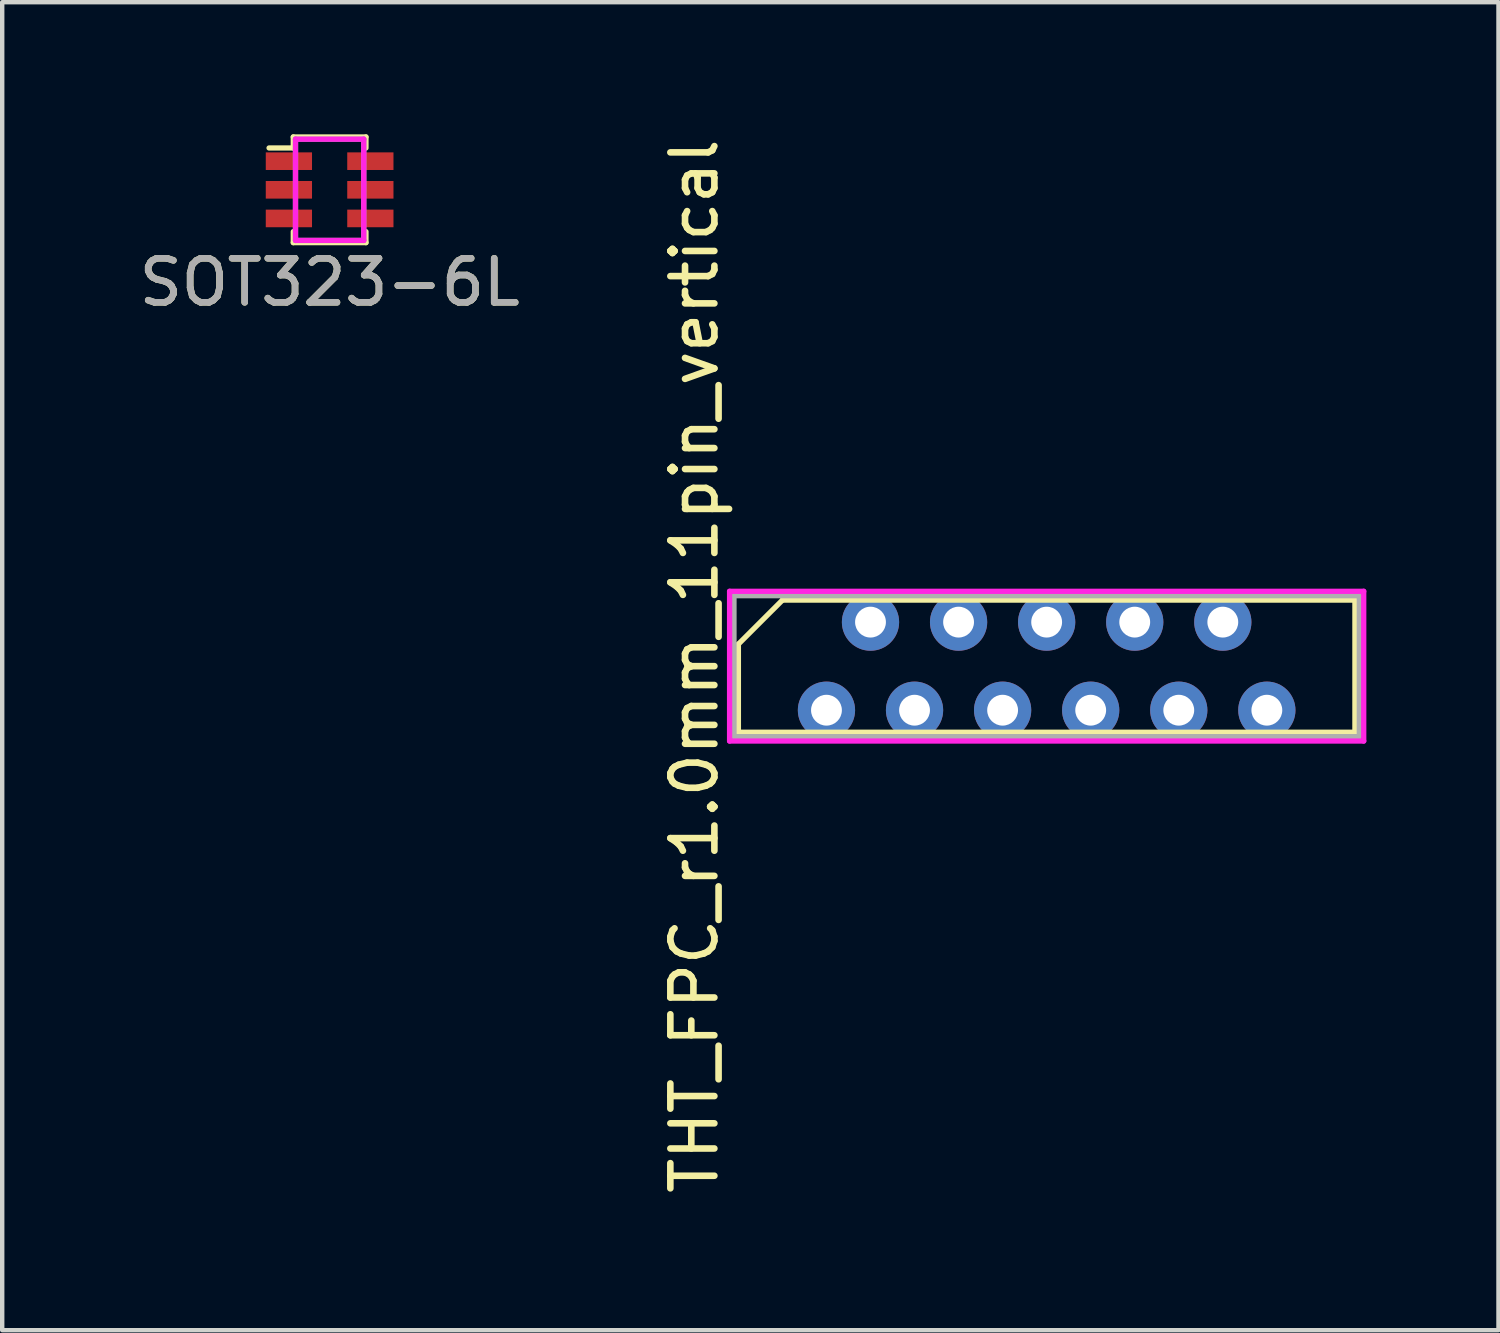
<source format=kicad_pcb>
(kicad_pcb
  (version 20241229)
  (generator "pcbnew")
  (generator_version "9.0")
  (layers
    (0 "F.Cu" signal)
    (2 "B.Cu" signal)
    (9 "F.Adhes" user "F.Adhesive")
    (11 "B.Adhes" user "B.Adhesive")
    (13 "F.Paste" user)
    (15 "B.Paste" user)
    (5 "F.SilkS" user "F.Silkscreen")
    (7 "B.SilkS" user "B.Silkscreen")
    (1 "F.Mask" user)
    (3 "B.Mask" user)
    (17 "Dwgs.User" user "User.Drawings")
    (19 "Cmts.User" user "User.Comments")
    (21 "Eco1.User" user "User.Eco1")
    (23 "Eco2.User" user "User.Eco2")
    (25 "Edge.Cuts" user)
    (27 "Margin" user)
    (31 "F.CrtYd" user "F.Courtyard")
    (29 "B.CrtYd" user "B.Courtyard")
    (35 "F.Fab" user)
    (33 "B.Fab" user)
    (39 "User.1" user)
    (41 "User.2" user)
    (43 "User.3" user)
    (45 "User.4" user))
  (footprint "SOT323-6L"
    (layer "F.Cu")
    (at 4.435 1.26)
    (property "Reference" "SOT323-6L" (at 0 2.1 0) (layer "F.SilkS") (effects (font (size 1 1) (thickness 0.15))))
    (attr smd)
    (fp_line (start -0.825 -1.2) (end -0.825 -0.95) (stroke (width 0.12) (type solid)) (layer "F.SilkS"))
    (fp_line (start -0.825 -1.2) (end 0.825 -1.2) (stroke (width 0.12) (type solid)) (layer "F.SilkS"))
    (fp_line (start -0.825 -0.95) (end -1.375 -0.95) (stroke (width 0.12) (type solid)) (layer "F.SilkS"))
    (fp_line (start -0.825 1.2) (end -0.825 0.95) (stroke (width 0.12) (type solid)) (layer "F.SilkS"))
    (fp_line (start 0.825 -1.2) (end 0.825 -0.95) (stroke (width 0.12) (type solid)) (layer "F.SilkS"))
    (fp_line (start 0.825 1.2) (end -0.825 1.2) (stroke (width 0.12) (type solid)) (layer "F.SilkS"))
    (fp_line (start 0.825 1.2) (end 0.825 0.95) (stroke (width 0.12) (type solid)) (layer "F.SilkS"))
    (fp_line (start -0.775 -1.15) (end 0.775 -1.15) (stroke (width 0.12) (type solid)) (layer "F.CrtYd"))
    (fp_line (start -0.775 1.15) (end -0.775 -1.15) (stroke (width 0.12) (type solid)) (layer "F.CrtYd"))
    (fp_line (start 0.775 -1.15) (end 0.775 1.15) (stroke (width 0.12) (type solid)) (layer "F.CrtYd"))
    (fp_line (start 0.775 1.15) (end -0.775 1.15) (stroke (width 0.12) (type solid)) (layer "F.CrtYd"))
    (fp_line (start -0.775 -1.15) (end 0.775 -1.15) (stroke (width 0.12) (type solid)) (layer "F.Fab"))
    (fp_line (start -0.775 1.15) (end -0.775 -1.15) (stroke (width 0.12) (type solid)) (layer "F.Fab"))
    (fp_line (start 0.775 -1.15) (end 0.775 1.15) (stroke (width 0.12) (type solid)) (layer "F.Fab"))
    (fp_line (start 0.775 1.15) (end -0.775 1.15) (stroke (width 0.12) (type solid)) (layer "F.Fab"))
    (fp_text user "${REFERENCE}" (at 0 2.1 0) (layer "F.Fab") (effects (font (size 1 1) (thickness 0.15))))
    (pad "1" smd rect (at -0.925 -0.65) (size 1.05 0.4) (layers "F.Cu" "F.Mask" "F.Paste"))
    (pad "2" smd rect (at -0.925 0) (size 1.05 0.4) (layers "F.Cu" "F.Mask" "F.Paste"))
    (pad "3" smd rect (at -0.925 0.65) (size 1.05 0.4) (layers "F.Cu" "F.Mask" "F.Paste"))
    (pad "4" smd rect (at 0.925 0.65) (size 1.05 0.4) (layers "F.Cu" "F.Mask" "F.Paste"))
    (pad "5" smd rect (at 0.925 0) (size 1.05 0.4) (layers "F.Cu" "F.Mask" "F.Paste"))
    (pad "6" smd rect (at 0.925 -0.65) (size 1.05 0.4) (layers "F.Cu" "F.Mask" "F.Paste")))
  (footprint "THT_FPC_r1.0mm_11pin_vertical"
    (layer "F.Cu")
    (at 15.717 13.077)
    (property "Reference" "THT_FPC_r1.0mm_11pin_vertical" (at -3 -1 270) (layer "F.SilkS") (effects (font (size 1 1) (thickness 0.15))))
    (attr through_hole)
    (fp_line (start -2 -1.5) (end -1 -2.5) (stroke (width 0.12) (type solid)) (layer "F.SilkS"))
    (fp_line (start -2 0.5) (end -2 -1.5) (stroke (width 0.12) (type solid)) (layer "F.SilkS"))
    (fp_line (start -1 -2.5) (end 12 -2.5) (stroke (width 0.12) (type solid)) (layer "F.SilkS"))
    (fp_line (start 12 -2.5) (end 12 0.5) (stroke (width 0.12) (type solid)) (layer "F.SilkS"))
    (fp_line (start 12 0.5) (end -2 0.5) (stroke (width 0.12) (type solid)) (layer "F.SilkS"))
    (fp_line (start -2.2 -2.7) (end 12.2 -2.7) (stroke (width 0.12) (type solid)) (layer "F.CrtYd"))
    (fp_line (start -2.2 0.7) (end -2.2 -2.7) (stroke (width 0.12) (type solid)) (layer "F.CrtYd"))
    (fp_line (start 12.2 -2.7) (end 12.2 0.7) (stroke (width 0.12) (type solid)) (layer "F.CrtYd"))
    (fp_line (start 12.2 0.7) (end -2.2 0.7) (stroke (width 0.12) (type solid)) (layer "F.CrtYd"))
    (fp_line (start -2.1 -2.6) (end -2.1 0.6) (stroke (width 0.12) (type solid)) (layer "F.Fab"))
    (fp_line (start -2.1 0.6) (end 12.1 0.6) (stroke (width 0.12) (type solid)) (layer "F.Fab"))
    (fp_line (start 12.1 -2.6) (end -2.1 -2.6) (stroke (width 0.12) (type solid)) (layer "F.Fab"))
    (fp_line (start 12.1 0.6) (end 12.1 -2.6) (stroke (width 0.12) (type solid)) (layer "F.Fab"))
    (pad "1" thru_hole circle (at 0 0) (size 1.3 1.3) (drill 0.7) (layers "*.Cu" "*.Mask"))
    (pad "2" thru_hole circle (at 1 -2) (size 1.3 1.3) (drill 0.7) (layers "*.Cu" "*.Mask"))
    (pad "3" thru_hole circle (at 2 0) (size 1.3 1.3) (drill 0.7) (layers "*.Cu" "*.Mask"))
    (pad "4" thru_hole circle (at 3 -2) (size 1.3 1.3) (drill 0.7) (layers "*.Cu" "*.Mask"))
    (pad "5" thru_hole circle (at 4 0) (size 1.3 1.3) (drill 0.7) (layers "*.Cu" "*.Mask"))
    (pad "6" thru_hole circle (at 5 -2) (size 1.3 1.3) (drill 0.7) (layers "*.Cu" "*.Mask"))
    (pad "7" thru_hole circle (at 6 0) (size 1.3 1.3) (drill 0.7) (layers "*.Cu" "*.Mask"))
    (pad "8" thru_hole circle (at 7 -2) (size 1.3 1.3) (drill 0.7) (layers "*.Cu" "*.Mask"))
    (pad "9" thru_hole circle (at 8 0) (size 1.3 1.3) (drill 0.7) (layers "*.Cu" "*.Mask"))
    (pad "10" thru_hole circle (at 9 -2) (size 1.3 1.3) (drill 0.7) (layers "*.Cu" "*.Mask"))
    (pad "11" thru_hole circle (at 10 0) (size 1.3 1.3) (drill 0.7) (layers "*.Cu" "*.Mask")))
  (gr_rect
    (start -3 -3)
    (end 30.977 27.155)
    (stroke (width 0.1) (type default))
    (fill no)
    (layer "Edge.Cuts")))
</source>
